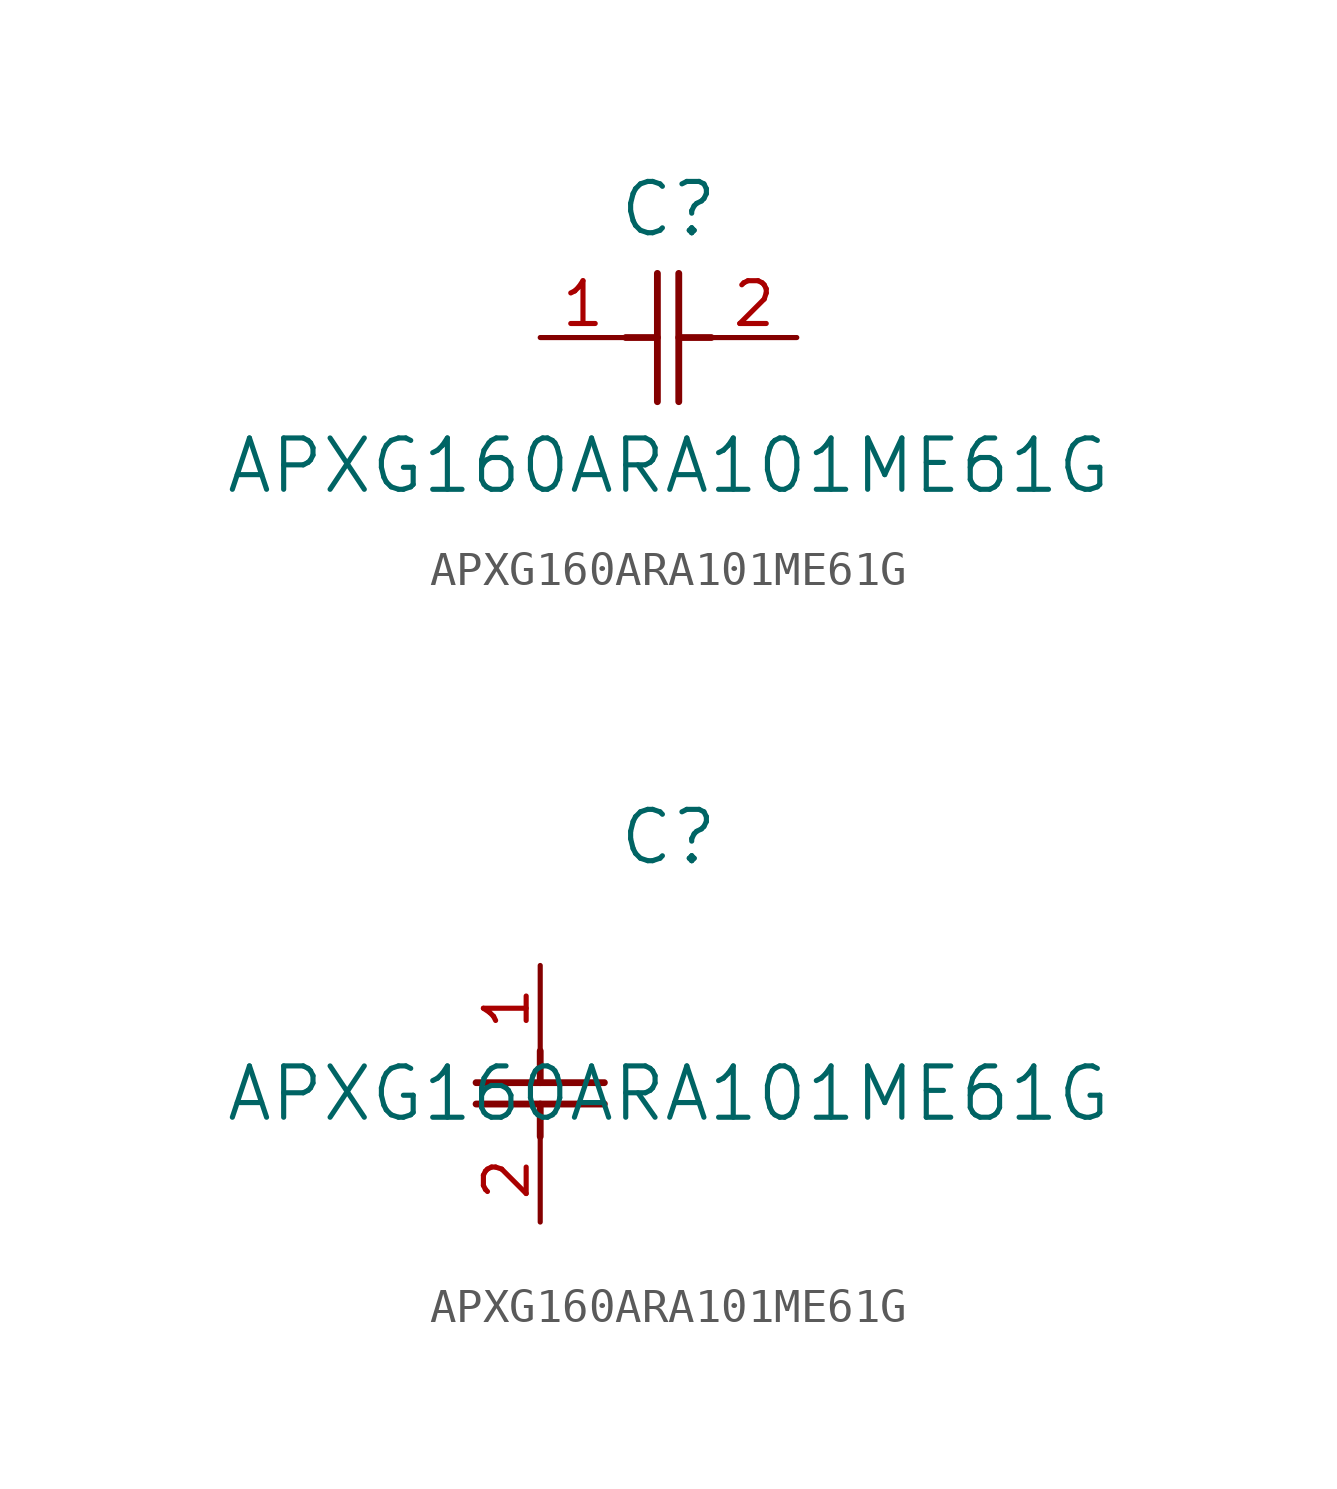
<source format=kicad_sym>
(kicad_symbol_lib
  (version 20211014)
  (generator kicad_symbol_editor)
  (symbol "APXG160ARA101ME61G"
    (pin_names
      (offset 0.254))
    (property "Reference" "C"
      (at 3.81 3.81 0)
      (effects (font (size 1.524 1.524))))
    (property "Value" "APXG160ARA101ME61G"
      (at 3.81 -3.81 0)
      (effects (font (size 1.524 1.524))))
    (symbol "APXG160ARA101ME61G_1_1"
      (polyline (pts (xy 3.48 -1.905) (xy 3.48 1.905)) (stroke (width 0.203) (type default) (color 0 0 0 0)) (fill (type none)))
      (polyline (pts (xy 4.115 -1.905) (xy 4.115 1.905)) (stroke (width 0.203) (type default) (color 0 0 0 0)) (fill (type none)))
      (polyline (pts (xy 4.115 0) (xy 5.08 0)) (stroke (width 0.203) (type default) (color 0 0 0 0)) (fill (type none)))
      (polyline (pts (xy 2.54 0) (xy 3.48 0)) (stroke (width 0.203) (type default) (color 0 0 0 0)) (fill (type none)))
      (pin unspecified line (at 0 0 0) (length 2.54) (name "" (effects (font (size 1.27 1.27)))) (number "1" (effects (font (size 1.27 1.27)))))
      (pin unspecified line (at 7.62 0 180) (length 2.54) (name "" (effects (font (size 1.27 1.27)))) (number "2" (effects (font (size 1.27 1.27))))))
    (symbol "APXG160ARA101ME61G_1_2"
      (polyline (pts (xy -1.905 -3.48) (xy 1.905 -3.48)) (stroke (width 0.203) (type default) (color 0 0 0 0)) (fill (type none)))
      (polyline (pts (xy -1.905 -4.115) (xy 1.905 -4.115)) (stroke (width 0.203) (type default) (color 0 0 0 0)) (fill (type none)))
      (polyline (pts (xy 0 -4.115) (xy 0 -5.08)) (stroke (width 0.203) (type default) (color 0 0 0 0)) (fill (type none)))
      (polyline (pts (xy 0 -2.54) (xy 0 -3.48)) (stroke (width 0.203) (type default) (color 0 0 0 0)) (fill (type none)))
      (pin unspecified line (at 0 0 270) (length 2.54) (name "" (effects (font (size 1.27 1.27)))) (number "1" (effects (font (size 1.27 1.27)))))
      (pin unspecified line (at 0 -7.62 90) (length 2.54) (name "" (effects (font (size 1.27 1.27)))) (number "2" (effects (font (size 1.27 1.27))))))))
</source>
